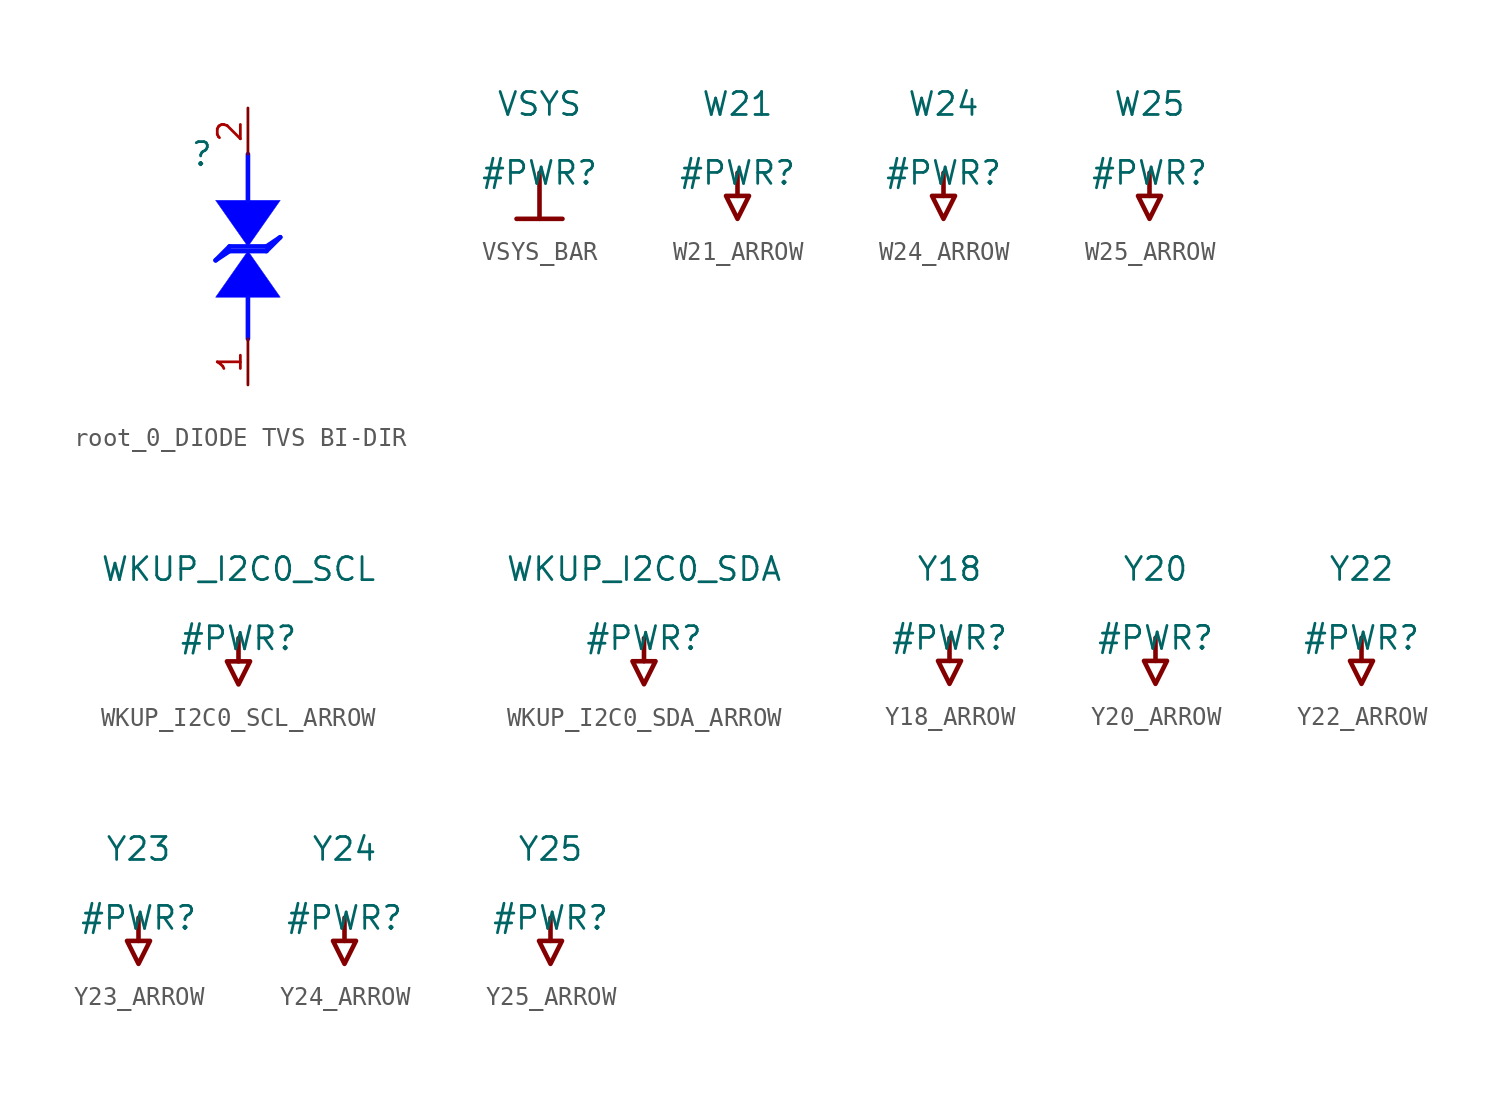
<source format=kicad_sym>
(kicad_symbol_lib
  (version 20231120)
  (generator "kicad_symbol_editor")
  (generator_version "8.0")
  (symbol "root_0_DIODE TVS BI-DIR"
    (property "Reference" ""
      (at 0 0 0)
      (effects (font (size 1.27 1.27))))
    (property "Value" ""
      (at 0 0 0)
      (effects (font (size 1.27 1.27))))
    (symbol "root_0_DIODE TVS BI-DIR_1_0"
      (polyline (pts (xy 0.762 -5.842) (xy 1.524 -5.08)) (stroke (width 0.254) (type solid) (color 0 11 255 1)) (fill (type none)))
      (polyline (pts (xy 1.524 -5.334) (xy 0.762 -5.842)) (stroke (width 0.254) (type solid) (color 0 11 255 1)) (fill (type none)))
      (polyline (pts (xy 1.524 -5.334) (xy 3.556 -5.334)) (stroke (width 0.254) (type solid) (color 0 11 255 1)) (fill (type none)))
      (polyline (pts (xy 1.524 -5.08) (xy 3.556 -5.08)) (stroke (width 0.254) (type solid) (color 0 11 255 1)) (fill (type none)))
      (polyline (pts (xy 2.54 -10.16) (xy 2.54 -7.874)) (stroke (width 0.254) (type solid) (color 0 11 255 1)) (fill (type none)))
      (polyline (pts (xy 2.54 -2.54) (xy 2.54 0)) (stroke (width 0.254) (type solid) (color 0 11 255 1)) (fill (type none)))
      (polyline (pts (xy 3.556 -5.334) (xy 4.318 -4.572)) (stroke (width 0.254) (type solid) (color 0 11 255 1)) (fill (type none)))
      (polyline (pts (xy 4.318 -4.572) (xy 3.556 -5.08)) (stroke (width 0.254) (type solid) (color 0 11 255 1)) (fill (type none)))
      (polyline (pts (xy 2.54 -5.334) (xy 2.54 -5.334) (xy 4.318 -7.874) (xy 0.762 -7.874) (xy 2.54 -5.334) (xy 2.54 -5.334)) (stroke (width 0.025) (type solid) (color 0 11 255 1)) (fill (type color) (color 0 0 255 1)))
      (polyline (pts (xy 2.54 -5.08) (xy 2.54 -5.08) (xy 0.762 -2.54) (xy 4.318 -2.54) (xy 2.54 -5.08) (xy 2.54 -5.08)) (stroke (width 0.025) (type solid) (color 0 11 255 1)) (fill (type color) (color 0 0 255 1)))
      (pin passive line (at 2.54 -12.7 90) (length 2.54) (name "1" (effects (font (size 0 0)))) (number "1" (effects (font (size 1.27 1.27)))))
      (pin passive line (at 2.54 2.54 270) (length 2.54) (name "2" (effects (font (size 0 0)))) (number "2" (effects (font (size 1.27 1.27)))))))
  (symbol "VSYS_BAR"
    (power)
    (property "Reference" "#PWR"
      (at 0 0 0)
      (effects (font (size 1.27 1.27))))
    (property "Value" "VSYS"
      (at 0 3.81 0)
      (effects (font (size 1.27 1.27))))
    (symbol "VSYS_BAR_0_0"
      (polyline (pts (xy -1.27 -2.54) (xy 1.27 -2.54)) (stroke (width 0.254) (type solid)) (fill (type none)))
      (polyline (pts (xy 0 0) (xy 0 -2.54)) (stroke (width 0.254) (type solid)) (fill (type none)))
      (pin power_in line (at 0 0 0) (length 0) hide (name "VSYS" (effects (font (size 1.27 1.27)))) (number "" (effects (font (size 1.27 1.27)))))))
  (symbol "W21_ARROW"
    (power)
    (property "Reference" "#PWR"
      (at 0 0 0)
      (effects (font (size 1.27 1.27))))
    (property "Value" "W21"
      (at 0 3.81 0)
      (effects (font (size 1.27 1.27))))
    (symbol "W21_ARROW_0_0"
      (polyline (pts (xy 0 0) (xy 0 -1.27)) (stroke (width 0.254) (type solid)) (fill (type none)))
      (polyline (pts (xy -0.635 -1.27) (xy 0.635 -1.27) (xy 0 -2.54) (xy -0.635 -1.27)) (stroke (width 0.254) (type solid)) (fill (type none)))
      (pin power_in line (at 0 0 0) (length 0) hide (name "W21" (effects (font (size 1.27 1.27)))) (number "" (effects (font (size 1.27 1.27)))))))
  (symbol "W24_ARROW"
    (power)
    (property "Reference" "#PWR"
      (at 0 0 0)
      (effects (font (size 1.27 1.27))))
    (property "Value" "W24"
      (at 0 3.81 0)
      (effects (font (size 1.27 1.27))))
    (symbol "W24_ARROW_0_0"
      (polyline (pts (xy 0 0) (xy 0 -1.27)) (stroke (width 0.254) (type solid)) (fill (type none)))
      (polyline (pts (xy -0.635 -1.27) (xy 0.635 -1.27) (xy 0 -2.54) (xy -0.635 -1.27)) (stroke (width 0.254) (type solid)) (fill (type none)))
      (pin power_in line (at 0 0 0) (length 0) hide (name "W24" (effects (font (size 1.27 1.27)))) (number "" (effects (font (size 1.27 1.27)))))))
  (symbol "W25_ARROW"
    (power)
    (property "Reference" "#PWR"
      (at 0 0 0)
      (effects (font (size 1.27 1.27))))
    (property "Value" "W25"
      (at 0 3.81 0)
      (effects (font (size 1.27 1.27))))
    (symbol "W25_ARROW_0_0"
      (polyline (pts (xy 0 0) (xy 0 -1.27)) (stroke (width 0.254) (type solid)) (fill (type none)))
      (polyline (pts (xy -0.635 -1.27) (xy 0.635 -1.27) (xy 0 -2.54) (xy -0.635 -1.27)) (stroke (width 0.254) (type solid)) (fill (type none)))
      (pin power_in line (at 0 0 0) (length 0) hide (name "W25" (effects (font (size 1.27 1.27)))) (number "" (effects (font (size 1.27 1.27)))))))
  (symbol "WKUP_I2C0_SCL_ARROW"
    (power)
    (property "Reference" "#PWR"
      (at 0 0 0)
      (effects (font (size 1.27 1.27))))
    (property "Value" "WKUP_I2C0_SCL"
      (at 0 3.81 0)
      (effects (font (size 1.27 1.27))))
    (symbol "WKUP_I2C0_SCL_ARROW_0_0"
      (polyline (pts (xy 0 0) (xy 0 -1.27)) (stroke (width 0.254) (type solid)) (fill (type none)))
      (polyline (pts (xy -0.635 -1.27) (xy 0.635 -1.27) (xy 0 -2.54) (xy -0.635 -1.27)) (stroke (width 0.254) (type solid)) (fill (type none)))
      (pin power_in line (at 0 0 0) (length 0) hide (name "WKUP_I2C0_SCL" (effects (font (size 1.27 1.27)))) (number "" (effects (font (size 1.27 1.27)))))))
  (symbol "WKUP_I2C0_SDA_ARROW"
    (power)
    (property "Reference" "#PWR"
      (at 0 0 0)
      (effects (font (size 1.27 1.27))))
    (property "Value" "WKUP_I2C0_SDA"
      (at 0 3.81 0)
      (effects (font (size 1.27 1.27))))
    (symbol "WKUP_I2C0_SDA_ARROW_0_0"
      (polyline (pts (xy 0 0) (xy 0 -1.27)) (stroke (width 0.254) (type solid)) (fill (type none)))
      (polyline (pts (xy -0.635 -1.27) (xy 0.635 -1.27) (xy 0 -2.54) (xy -0.635 -1.27)) (stroke (width 0.254) (type solid)) (fill (type none)))
      (pin power_in line (at 0 0 0) (length 0) hide (name "WKUP_I2C0_SDA" (effects (font (size 1.27 1.27)))) (number "" (effects (font (size 1.27 1.27)))))))
  (symbol "Y18_ARROW"
    (power)
    (property "Reference" "#PWR"
      (at 0 0 0)
      (effects (font (size 1.27 1.27))))
    (property "Value" "Y18"
      (at 0 3.81 0)
      (effects (font (size 1.27 1.27))))
    (symbol "Y18_ARROW_0_0"
      (polyline (pts (xy 0 0) (xy 0 -1.27)) (stroke (width 0.254) (type solid)) (fill (type none)))
      (polyline (pts (xy -0.635 -1.27) (xy 0.635 -1.27) (xy 0 -2.54) (xy -0.635 -1.27)) (stroke (width 0.254) (type solid)) (fill (type none)))
      (pin power_in line (at 0 0 0) (length 0) hide (name "Y18" (effects (font (size 1.27 1.27)))) (number "" (effects (font (size 1.27 1.27)))))))
  (symbol "Y20_ARROW"
    (power)
    (property "Reference" "#PWR"
      (at 0 0 0)
      (effects (font (size 1.27 1.27))))
    (property "Value" "Y20"
      (at 0 3.81 0)
      (effects (font (size 1.27 1.27))))
    (symbol "Y20_ARROW_0_0"
      (polyline (pts (xy 0 0) (xy 0 -1.27)) (stroke (width 0.254) (type solid)) (fill (type none)))
      (polyline (pts (xy -0.635 -1.27) (xy 0.635 -1.27) (xy 0 -2.54) (xy -0.635 -1.27)) (stroke (width 0.254) (type solid)) (fill (type none)))
      (pin power_in line (at 0 0 0) (length 0) hide (name "Y20" (effects (font (size 1.27 1.27)))) (number "" (effects (font (size 1.27 1.27)))))))
  (symbol "Y22_ARROW"
    (power)
    (property "Reference" "#PWR"
      (at 0 0 0)
      (effects (font (size 1.27 1.27))))
    (property "Value" "Y22"
      (at 0 3.81 0)
      (effects (font (size 1.27 1.27))))
    (symbol "Y22_ARROW_0_0"
      (polyline (pts (xy 0 0) (xy 0 -1.27)) (stroke (width 0.254) (type solid)) (fill (type none)))
      (polyline (pts (xy -0.635 -1.27) (xy 0.635 -1.27) (xy 0 -2.54) (xy -0.635 -1.27)) (stroke (width 0.254) (type solid)) (fill (type none)))
      (pin power_in line (at 0 0 0) (length 0) hide (name "Y22" (effects (font (size 1.27 1.27)))) (number "" (effects (font (size 1.27 1.27)))))))
  (symbol "Y23_ARROW"
    (power)
    (property "Reference" "#PWR"
      (at 0 0 0)
      (effects (font (size 1.27 1.27))))
    (property "Value" "Y23"
      (at 0 3.81 0)
      (effects (font (size 1.27 1.27))))
    (symbol "Y23_ARROW_0_0"
      (polyline (pts (xy 0 0) (xy 0 -1.27)) (stroke (width 0.254) (type solid)) (fill (type none)))
      (polyline (pts (xy -0.635 -1.27) (xy 0.635 -1.27) (xy 0 -2.54) (xy -0.635 -1.27)) (stroke (width 0.254) (type solid)) (fill (type none)))
      (pin power_in line (at 0 0 0) (length 0) hide (name "Y23" (effects (font (size 1.27 1.27)))) (number "" (effects (font (size 1.27 1.27)))))))
  (symbol "Y24_ARROW"
    (power)
    (property "Reference" "#PWR"
      (at 0 0 0)
      (effects (font (size 1.27 1.27))))
    (property "Value" "Y24"
      (at 0 3.81 0)
      (effects (font (size 1.27 1.27))))
    (symbol "Y24_ARROW_0_0"
      (polyline (pts (xy 0 0) (xy 0 -1.27)) (stroke (width 0.254) (type solid)) (fill (type none)))
      (polyline (pts (xy -0.635 -1.27) (xy 0.635 -1.27) (xy 0 -2.54) (xy -0.635 -1.27)) (stroke (width 0.254) (type solid)) (fill (type none)))
      (pin power_in line (at 0 0 0) (length 0) hide (name "Y24" (effects (font (size 1.27 1.27)))) (number "" (effects (font (size 1.27 1.27)))))))
  (symbol "Y25_ARROW"
    (power)
    (property "Reference" "#PWR"
      (at 0 0 0)
      (effects (font (size 1.27 1.27))))
    (property "Value" "Y25"
      (at 0 3.81 0)
      (effects (font (size 1.27 1.27))))
    (symbol "Y25_ARROW_0_0"
      (polyline (pts (xy 0 0) (xy 0 -1.27)) (stroke (width 0.254) (type solid)) (fill (type none)))
      (polyline (pts (xy -0.635 -1.27) (xy 0.635 -1.27) (xy 0 -2.54) (xy -0.635 -1.27)) (stroke (width 0.254) (type solid)) (fill (type none)))
      (pin power_in line (at 0 0 0) (length 0) hide (name "Y25" (effects (font (size 1.27 1.27)))) (number "" (effects (font (size 1.27 1.27))))))))
</source>
